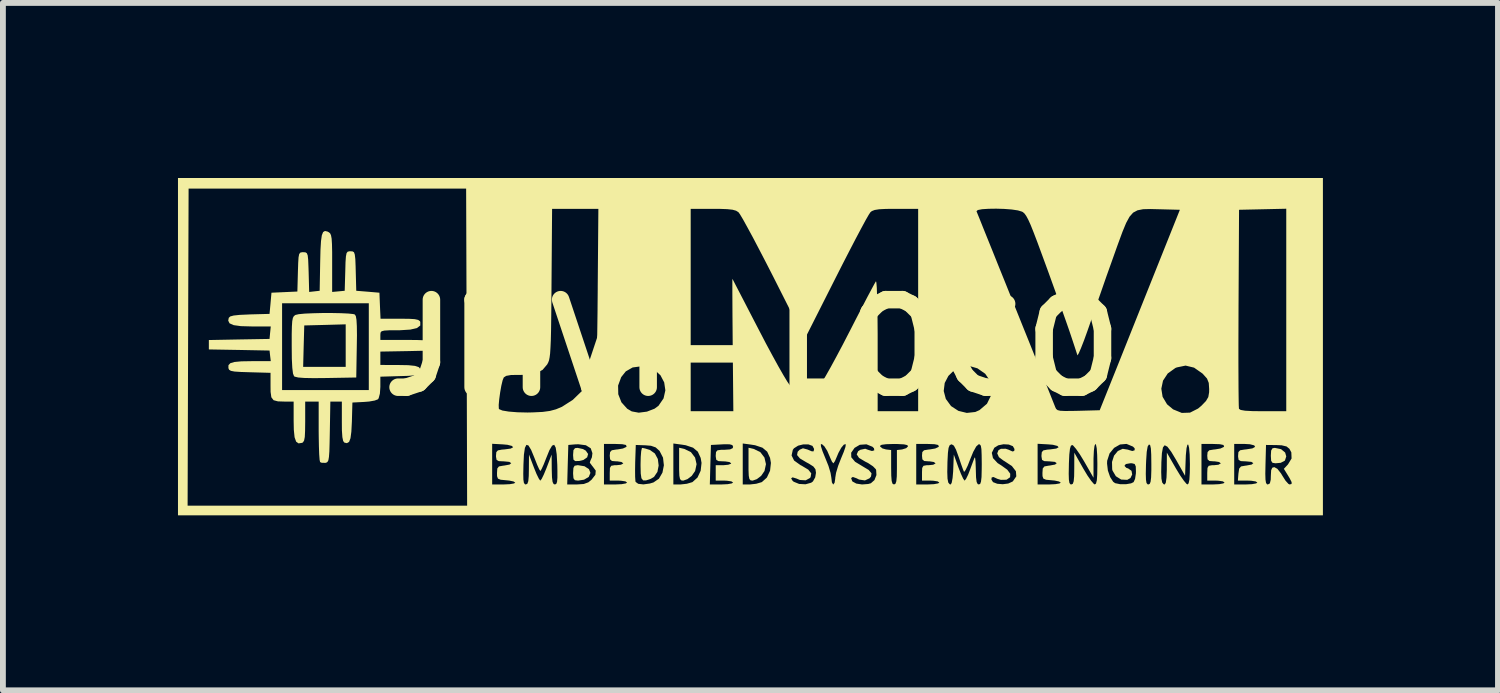
<source format=kicad_pcb>
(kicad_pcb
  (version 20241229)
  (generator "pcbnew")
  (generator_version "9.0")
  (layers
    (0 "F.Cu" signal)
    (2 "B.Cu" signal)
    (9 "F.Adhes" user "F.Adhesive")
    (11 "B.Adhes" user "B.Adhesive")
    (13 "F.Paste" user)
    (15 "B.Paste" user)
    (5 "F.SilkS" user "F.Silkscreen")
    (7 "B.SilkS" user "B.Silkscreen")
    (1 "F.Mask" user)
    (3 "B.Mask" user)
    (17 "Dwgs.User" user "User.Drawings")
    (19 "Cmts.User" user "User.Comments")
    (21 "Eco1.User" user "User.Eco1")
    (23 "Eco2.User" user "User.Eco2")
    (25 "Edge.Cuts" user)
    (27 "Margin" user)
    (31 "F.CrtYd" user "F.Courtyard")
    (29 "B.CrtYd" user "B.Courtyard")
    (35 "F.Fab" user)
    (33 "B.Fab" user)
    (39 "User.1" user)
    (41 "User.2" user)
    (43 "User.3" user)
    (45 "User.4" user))
  (footprint "JMVI-LOGO"
    (layer "F.Cu")
    (at 9.843 2.907)
    (property "Reference" "JMVI-LOGO" (at 0 0 0) (layer "F.SilkS") (effects (font (size 1.5 1.5) (thickness 0.3))))
    (attr board_only exclude_from_pos_files exclude_from_bom)
    (fp_poly (pts (xy -2.907 1.737) (xy -2.855 1.765) (xy -2.815 1.823) (xy -2.831 1.88) (xy -2.895 1.925) (xy -2.968 1.943) (xy -3.037 1.944) (xy -3.066 1.919) (xy -3.072 1.848) (xy -3.072 1.835) (xy -3.066 1.756) (xy -3.039 1.723) (xy -2.996 1.718)) (stroke (width 0) (type solid)) (fill yes) (layer "F.SilkS"))
    (fp_poly (pts (xy 9.06 1.74) (xy 9.13 1.798) (xy 9.149 1.864) (xy 9.126 1.936) (xy 9.054 1.974) (xy 8.965 1.982) (xy 8.913 1.974) (xy 8.89 1.939) (xy 8.885 1.857) (xy 8.885 1.85) (xy 8.89 1.764) (xy 8.913 1.725) (xy 8.953 1.718)) (stroke (width 0) (type solid)) (fill yes) (layer "F.SilkS"))
    (fp_poly (pts (xy -2.876 2.033) (xy -2.8 2.083) (xy -2.775 2.147) (xy -2.804 2.216) (xy -2.884 2.263) (xy -2.987 2.279) (xy -3.042 2.272) (xy -3.066 2.239) (xy -3.072 2.161) (xy -3.072 2.147) (xy -3.067 2.062) (xy -3.046 2.024) (xy -2.996 2.015) (xy -2.987 2.015)) (stroke (width 0) (type solid)) (fill yes) (layer "F.SilkS"))
    (fp_poly (pts (xy -1.164 1.737) (xy -1.053 1.791) (xy -0.982 1.884) (xy -0.956 1.997) (xy -0.981 2.114) (xy -1.039 2.198) (xy -1.113 2.254) (xy -1.184 2.279) (xy -1.188 2.279) (xy -1.22 2.274) (xy -1.24 2.251) (xy -1.251 2.196) (xy -1.255 2.097) (xy -1.255 1.998) (xy -1.255 1.716)) (stroke (width 0) (type solid)) (fill yes) (layer "F.SilkS"))
    (fp_poly (pts (xy 0.025 1.737) (xy 0.136 1.791) (xy 0.207 1.884) (xy 0.233 1.997) (xy 0.208 2.114) (xy 0.15 2.198) (xy 0.076 2.254) (xy 0.005 2.279) (xy 0.002 2.279) (xy -0.031 2.274) (xy -0.051 2.251) (xy -0.062 2.196) (xy -0.066 2.097) (xy -0.066 1.998) (xy -0.066 1.716)) (stroke (width 0) (type solid)) (fill yes) (layer "F.SilkS"))
    (fp_poly (pts (xy -1.839 1.728) (xy -1.761 1.752) (xy -1.756 1.754) (xy -1.671 1.814) (xy -1.62 1.909) (xy -1.606 2.021) (xy -1.627 2.129) (xy -1.685 2.215) (xy -1.74 2.248) (xy -1.821 2.275) (xy -1.872 2.275) (xy -1.901 2.239) (xy -1.913 2.157) (xy -1.916 2.02) (xy -1.916 1.998) (xy -1.913 1.871) (xy -1.905 1.774) (xy -1.893 1.722) (xy -1.888 1.718)) (stroke (width 0) (type solid)) (fill yes) (layer "F.SilkS"))
    (fp_poly (pts (xy -7.051 -0.59) (xy -6.924 -0.584) (xy -6.838 -0.575) (xy -6.812 -0.567) (xy -6.795 -0.539) (xy -6.784 -0.475) (xy -6.778 -0.368) (xy -6.776 -0.209) (xy -6.779 -0.014) (xy -6.788 0.512) (xy -7.3 0.521) (xy -7.518 0.523) (xy -7.677 0.52) (xy -7.782 0.512) (xy -7.841 0.498) (xy -7.854 0.49) (xy -7.872 0.444) (xy -7.884 0.347) (xy -7.885 0.33) (xy -7.698 0.33) (xy -7.334 0.33) (xy -6.969 0.33) (xy -6.969 -0.034) (xy -6.969 -0.399) (xy -7.324 -0.389) (xy -7.679 -0.38) (xy -7.689 -0.025) (xy -7.698 0.33) (xy -7.885 0.33) (xy -7.892 0.193) (xy -7.894 -0.023) (xy -7.894 -0.038) (xy -7.894 -0.229) (xy -7.891 -0.363) (xy -7.885 -0.453) (xy -7.874 -0.509) (xy -7.857 -0.54) (xy -7.832 -0.559) (xy -7.83 -0.56) (xy -7.774 -0.573) (xy -7.669 -0.583) (xy -7.528 -0.589) (xy -7.368 -0.593) (xy -7.204 -0.593)) (stroke (width 0) (type solid)) (fill yes) (layer "F.SilkS"))
    (fp_poly (pts (xy -7.281 -1.989) (xy -7.26 -1.978) (xy -7.237 -1.96) (xy -7.221 -1.927) (xy -7.21 -1.868) (xy -7.204 -1.774) (xy -7.201 -1.634) (xy -7.201 -1.45) (xy -7.201 -0.954) (xy -7.093 -0.964) (xy -6.986 -0.974) (xy -6.976 -1.313) (xy -6.972 -1.465) (xy -6.965 -1.563) (xy -6.954 -1.619) (xy -6.935 -1.644) (xy -6.905 -1.651) (xy -6.887 -1.651) (xy -6.851 -1.649) (xy -6.827 -1.634) (xy -6.813 -1.594) (xy -6.804 -1.517) (xy -6.799 -1.392) (xy -6.797 -1.313) (xy -6.788 -0.974) (xy -6.589 -0.958) (xy -6.391 -0.941) (xy -6.382 -0.718) (xy -6.372 -0.495) (xy -6.042 -0.495) (xy -5.887 -0.494) (xy -5.786 -0.488) (xy -5.727 -0.475) (xy -5.698 -0.454) (xy -5.691 -0.441) (xy -5.691 -0.379) (xy -5.747 -0.336) (xy -5.861 -0.309) (xy -6.036 -0.298) (xy -6.084 -0.297) (xy -6.223 -0.297) (xy -6.308 -0.292) (xy -6.354 -0.28) (xy -6.372 -0.257) (xy -6.375 -0.219) (xy -6.375 -0.215) (xy -6.375 -0.132) (xy -5.904 -0.132) (xy -5.732 -0.13) (xy -5.581 -0.124) (xy -5.466 -0.116) (xy -5.398 -0.106) (xy -5.389 -0.103) (xy -5.357 -0.051) (xy -5.356 -0.013) (xy -5.366 0.011) (xy -5.39 0.029) (xy -5.439 0.04) (xy -5.522 0.048) (xy -5.65 0.054) (xy -5.832 0.058) (xy -5.871 0.059) (xy -6.375 0.068) (xy -6.375 0.183) (xy -6.375 0.297) (xy -6.069 0.298) (xy -5.897 0.301) (xy -5.781 0.313) (xy -5.714 0.336) (xy -5.686 0.373) (xy -5.687 0.417) (xy -5.699 0.445) (xy -5.73 0.464) (xy -5.793 0.476) (xy -5.899 0.484) (xy -6.037 0.488) (xy -6.375 0.498) (xy -6.375 0.674) (xy -6.383 0.789) (xy -6.404 0.867) (xy -6.417 0.886) (xy -6.472 0.907) (xy -6.568 0.924) (xy -6.657 0.931) (xy -6.854 0.941) (xy -6.863 1.27) (xy -6.872 1.441) (xy -6.887 1.553) (xy -6.911 1.616) (xy -6.948 1.637) (xy -6.991 1.628) (xy -7.012 1.601) (xy -7.026 1.534) (xy -7.034 1.418) (xy -7.035 1.268) (xy -7.035 0.925) (xy -7.134 0.925) (xy -7.232 0.925) (xy -7.241 1.445) (xy -7.245 1.641) (xy -7.249 1.781) (xy -7.256 1.874) (xy -7.266 1.931) (xy -7.282 1.96) (xy -7.303 1.972) (xy -7.317 1.975) (xy -7.383 1.973) (xy -7.408 1.961) (xy -7.416 1.922) (xy -7.423 1.828) (xy -7.428 1.692) (xy -7.431 1.527) (xy -7.432 1.431) (xy -7.432 0.925) (xy -7.547 0.925) (xy -7.663 0.925) (xy -7.663 1.268) (xy -7.665 1.427) (xy -7.67 1.531) (xy -7.682 1.593) (xy -7.702 1.624) (xy -7.717 1.632) (xy -7.777 1.641) (xy -7.818 1.612) (xy -7.845 1.536) (xy -7.858 1.407) (xy -7.861 1.251) (xy -7.861 0.925) (xy -8.007 0.925) (xy -8.131 0.921) (xy -8.205 0.901) (xy -8.243 0.851) (xy -8.256 0.758) (xy -8.257 0.658) (xy -8.257 0.432) (xy -8.612 0.422) (xy -8.77 0.417) (xy -8.874 0.41) (xy -8.936 0.398) (xy -8.967 0.379) (xy -8.979 0.351) (xy -8.979 0.351) (xy -8.978 0.301) (xy -8.946 0.267) (xy -8.875 0.246) (xy -8.757 0.235) (xy -8.581 0.232) (xy -8.577 0.232) (xy -8.253 0.231) (xy -8.264 0.14) (xy -8.274 0.05) (xy -8.794 0.04) (xy -9.314 0.031) (xy -9.314 -0.017) (xy -8.059 -0.017) (xy -8.059 0.727) (xy -7.316 0.727) (xy -6.573 0.727) (xy -6.573 -0.017) (xy -6.573 -0.76) (xy -7.316 -0.76) (xy -8.059 -0.76) (xy -8.059 -0.017) (xy -9.314 -0.017) (xy -9.314 -0.05) (xy -9.314 -0.13) (xy -8.794 -0.14) (xy -8.274 -0.149) (xy -8.264 -0.256) (xy -8.253 -0.363) (xy -8.582 -0.363) (xy -8.765 -0.368) (xy -8.888 -0.385) (xy -8.959 -0.416) (xy -8.982 -0.462) (xy -8.973 -0.51) (xy -8.948 -0.534) (xy -8.889 -0.55) (xy -8.786 -0.561) (xy -8.627 -0.568) (xy -8.614 -0.569) (xy -8.274 -0.578) (xy -8.257 -0.76) (xy -8.241 -0.941) (xy -8.019 -0.951) (xy -7.797 -0.961) (xy -7.788 -1.298) (xy -7.783 -1.45) (xy -7.777 -1.547) (xy -7.766 -1.603) (xy -7.747 -1.628) (xy -7.716 -1.635) (xy -7.696 -1.635) (xy -7.659 -1.633) (xy -7.635 -1.618) (xy -7.62 -1.58) (xy -7.612 -1.506) (xy -7.607 -1.383) (xy -7.604 -1.294) (xy -7.595 -0.954) (xy -7.505 -0.964) (xy -7.415 -0.974) (xy -7.406 -1.468) (xy -7.401 -1.677) (xy -7.392 -1.827) (xy -7.378 -1.925) (xy -7.356 -1.98) (xy -7.324 -1.999)) (stroke (width 0) (type solid)) (fill yes) (layer "F.SilkS"))
    (fp_poly (pts (xy 9.777 -0.017) (xy 9.777 2.874) (xy -0.033 2.874) (xy -9.843 2.874) (xy -9.843 2.708) (xy -9.678 2.708) (xy -7.283 2.708) (xy -4.888 2.708) (xy -4.89 1.997) (xy -4.459 1.997) (xy -4.459 2.345) (xy -4.261 2.345) (xy -4.156 2.34) (xy -4.085 2.328) (xy -4.063 2.314) (xy -4.092 2.294) (xy -4.168 2.278) (xy -4.22 2.273) (xy -4.314 2.264) (xy -4.36 2.245) (xy -4.375 2.203) (xy -4.376 2.162) (xy -3.926 2.162) (xy -3.924 2.262) (xy -3.915 2.318) (xy -3.897 2.342) (xy -3.882 2.345) (xy -3.856 2.333) (xy -3.84 2.289) (xy -3.832 2.2) (xy -3.83 2.089) (xy -3.828 1.833) (xy -3.743 2.056) (xy -3.699 2.165) (xy -3.66 2.244) (xy -3.636 2.279) (xy -3.634 2.279) (xy -3.611 2.251) (xy -3.574 2.175) (xy -3.53 2.069) (xy -3.525 2.056) (xy -3.44 1.833) (xy -3.438 2.089) (xy -3.434 2.222) (xy -3.424 2.301) (xy -3.406 2.338) (xy -3.384 2.345) (xy -3.173 2.345) (xy -3.005 2.345) (xy -2.889 2.337) (xy -2.81 2.308) (xy -2.756 2.264) (xy -2.69 2.179) (xy -2.684 2.108) (xy -2.736 2.037) (xy -2.742 2.031) (xy -2.766 1.998) (xy -2.543 1.998) (xy -2.543 2.345) (xy -2.345 2.345) (xy -2.24 2.34) (xy -2.168 2.327) (xy -2.147 2.312) (xy -2.176 2.292) (xy -2.251 2.281) (xy -2.296 2.279) (xy -2.444 2.279) (xy -2.444 2.147) (xy -2.442 2.1) (xy -2.01 2.1) (xy -2.009 2.214) (xy -2.004 2.287) (xy -2.001 2.301) (xy -1.956 2.334) (xy -1.868 2.344) (xy -1.757 2.329) (xy -1.694 2.31) (xy -1.601 2.246) (xy -1.541 2.142) (xy -1.516 2.015) (xy -1.519 1.994) (xy -1.354 1.994) (xy -1.354 2.345) (xy -0.729 2.345) (xy -0.53 2.345) (xy -0.424 2.34) (xy -0.352 2.327) (xy -0.33 2.312) (xy -0.36 2.292) (xy -0.435 2.281) (xy -0.479 2.279) (xy -0.628 2.279) (xy -0.628 2.147) (xy -0.628 2.015) (xy -0.495 2.015) (xy -0.413 2.007) (xy -0.378 1.994) (xy -0.165 1.994) (xy -0.165 2.345) (xy -0.041 2.345) (xy 0.066 2.333) (xy 0.158 2.306) (xy 0.164 2.303) (xy 0.233 2.241) (xy 0.664 2.241) (xy 0.69 2.283) (xy 0.708 2.298) (xy 0.801 2.336) (xy 0.911 2.342) (xy 1.008 2.315) (xy 1.038 2.293) (xy 1.077 2.223) (xy 1.09 2.145) (xy 1.081 2.084) (xy 1.045 2.037) (xy 0.968 1.988) (xy 0.925 1.965) (xy 0.815 1.899) (xy 0.766 1.841) (xy 0.776 1.785) (xy 0.81 1.75) (xy 0.867 1.725) (xy 0.941 1.745) (xy 0.944 1.746) (xy 1.018 1.777) (xy 1.049 1.777) (xy 1.057 1.744) (xy 1.057 1.735) (xy 1.03 1.684) (xy 0.962 1.659) (xy 0.873 1.658) (xy 0.784 1.68) (xy 0.713 1.725) (xy 0.693 1.752) (xy 0.672 1.848) (xy 0.715 1.935) (xy 0.824 2.013) (xy 0.844 2.023) (xy 0.958 2.091) (xy 1.009 2.155) (xy 0.998 2.219) (xy 0.987 2.234) (xy 0.914 2.274) (xy 0.814 2.268) (xy 0.755 2.243) (xy 0.689 2.223) (xy 0.664 2.241) (xy 0.233 2.241) (xy 0.249 2.226) (xy 0.303 2.11) (xy 0.318 1.976) (xy 0.303 1.89) (xy 0.254 1.783) (xy 0.173 1.715) (xy 0.047 1.673) (xy -0.017 1.663) (xy -0.065 1.656) (xy 1.173 1.656) (xy 1.176 1.694) (xy 1.202 1.775) (xy 1.246 1.883) (xy 1.253 1.9) (xy 1.304 2.027) (xy 1.34 2.147) (xy 1.354 2.233) (xy 1.354 2.234) (xy 1.363 2.309) (xy 1.384 2.345) (xy 1.387 2.345) (xy 1.409 2.316) (xy 1.42 2.245) (xy 1.42 2.236) (xy 1.692 2.236) (xy 1.711 2.288) (xy 1.717 2.295) (xy 1.781 2.33) (xy 1.879 2.345) (xy 1.985 2.337) (xy 2.031 2.324) (xy 2.092 2.27) (xy 2.126 2.184) (xy 2.121 2.097) (xy 2.115 2.083) (xy 2.067 2.034) (xy 1.983 1.978) (xy 1.933 1.953) (xy 1.828 1.89) (xy 1.788 1.83) (xy 1.812 1.776) (xy 1.85 1.751) (xy 1.934 1.733) (xy 1.982 1.751) (xy 2.05 1.772) (xy 2.089 1.76) (xy 2.084 1.725) (xy 2.058 1.699) (xy 2.019 1.683) (xy 2.187 1.683) (xy 2.188 1.693) (xy 2.228 1.727) (xy 2.29 1.745) (xy 2.378 1.755) (xy 2.378 2.05) (xy 2.38 2.194) (xy 2.387 2.284) (xy 2.401 2.331) (xy 2.425 2.345) (xy 2.428 2.345) (xy 2.452 2.333) (xy 2.467 2.291) (xy 2.475 2.206) (xy 2.477 2.068) (xy 2.477 2.05) (xy 2.477 1.998) (xy 2.808 1.998) (xy 2.808 2.345) (xy 3.006 2.345) (xy 3.111 2.34) (xy 3.183 2.327) (xy 3.204 2.312) (xy 3.174 2.292) (xy 3.1 2.281) (xy 3.055 2.279) (xy 2.907 2.279) (xy 2.907 2.147) (xy 2.907 2.132) (xy 3.34 2.132) (xy 3.344 2.245) (xy 3.357 2.312) (xy 3.381 2.341) (xy 3.4 2.345) (xy 3.416 2.315) (xy 3.431 2.234) (xy 3.441 2.119) (xy 3.442 2.089) (xy 3.452 1.833) (xy 3.532 2.056) (xy 3.575 2.165) (xy 3.612 2.245) (xy 3.636 2.279) (xy 3.637 2.279) (xy 3.661 2.251) (xy 3.697 2.178) (xy 3.725 2.106) (xy 3.764 2) (xy 3.796 1.915) (xy 3.808 1.883) (xy 3.817 1.889) (xy 3.824 1.949) (xy 3.828 2.052) (xy 3.829 2.089) (xy 3.833 2.223) (xy 3.843 2.302) (xy 3.861 2.338) (xy 3.881 2.345) (xy 3.904 2.335) (xy 3.918 2.296) (xy 3.922 2.26) (xy 4.096 2.26) (xy 4.124 2.305) (xy 4.196 2.333) (xy 4.29 2.341) (xy 4.385 2.329) (xy 4.459 2.295) (xy 4.465 2.29) (xy 4.523 2.206) (xy 4.516 2.118) (xy 4.447 2.029) (xy 4.398 1.997) (xy 4.888 1.997) (xy 4.888 2.345) (xy 5.087 2.345) (xy 5.191 2.34) (xy 5.263 2.328) (xy 5.285 2.314) (xy 5.255 2.294) (xy 5.18 2.278) (xy 5.128 2.273) (xy 5.033 2.264) (xy 4.987 2.245) (xy 4.972 2.203) (xy 4.971 2.162) (xy 5.421 2.162) (xy 5.424 2.262) (xy 5.433 2.318) (xy 5.45 2.342) (xy 5.465 2.345) (xy 5.491 2.334) (xy 5.506 2.291) (xy 5.514 2.206) (xy 5.516 2.073) (xy 5.517 1.8) (xy 5.671 2.073) (xy 5.742 2.191) (xy 5.806 2.283) (xy 5.853 2.337) (xy 5.869 2.345) (xy 5.889 2.329) (xy 5.903 2.274) (xy 5.91 2.171) (xy 5.912 2.011) (xy 5.912 1.998) (xy 5.912 1.986) (xy 6.078 1.986) (xy 6.092 2.106) (xy 6.131 2.218) (xy 6.183 2.299) (xy 6.217 2.323) (xy 6.3 2.34) (xy 6.401 2.341) (xy 6.49 2.326) (xy 6.533 2.305) (xy 6.558 2.25) (xy 6.571 2.164) (xy 6.742 2.164) (xy 6.745 2.263) (xy 6.754 2.319) (xy 6.772 2.342) (xy 6.786 2.345) (xy 6.809 2.335) (xy 6.824 2.299) (xy 6.833 2.224) (xy 6.836 2.132) (xy 7.006 2.132) (xy 7.01 2.245) (xy 7.023 2.311) (xy 7.047 2.341) (xy 7.067 2.345) (xy 7.085 2.314) (xy 7.097 2.227) (xy 7.102 2.093) (xy 7.102 2.073) (xy 7.103 1.8) (xy 7.259 2.072) (xy 7.331 2.19) (xy 7.395 2.282) (xy 7.441 2.336) (xy 7.457 2.345) (xy 7.476 2.325) (xy 7.489 2.262) (xy 7.496 2.146) (xy 7.498 1.998) (xy 7.696 1.998) (xy 7.696 2.345) (xy 7.894 2.345) (xy 8 2.34) (xy 8.071 2.327) (xy 8.092 2.312) (xy 8.063 2.292) (xy 7.988 2.281) (xy 7.944 2.279) (xy 7.795 2.279) (xy 7.795 2.147) (xy 7.799 2.062) (xy 7.82 2.025) (xy 7.877 2.015) (xy 7.911 2.015) (xy 7.987 2.007) (xy 8.002 1.998) (xy 8.257 1.998) (xy 8.257 2.345) (xy 8.456 2.345) (xy 8.561 2.34) (xy 8.633 2.327) (xy 8.654 2.312) (xy 8.624 2.293) (xy 8.548 2.281) (xy 8.487 2.279) (xy 8.32 2.279) (xy 8.329 2.162) (xy 8.79 2.162) (xy 8.793 2.262) (xy 8.802 2.318) (xy 8.819 2.342) (xy 8.834 2.345) (xy 8.868 2.327) (xy 8.883 2.264) (xy 8.885 2.196) (xy 8.89 2.102) (xy 8.909 2.058) (xy 8.944 2.048) (xy 8.997 2.077) (xy 9.059 2.156) (xy 9.083 2.196) (xy 9.137 2.281) (xy 9.186 2.335) (xy 9.206 2.345) (xy 9.24 2.337) (xy 9.241 2.305) (xy 9.207 2.238) (xy 9.178 2.19) (xy 9.108 2.077) (xy 9.178 2.002) (xy 9.24 1.9) (xy 9.236 1.795) (xy 9.203 1.734) (xy 9.154 1.694) (xy 9.071 1.674) (xy 8.98 1.67) (xy 8.802 1.668) (xy 8.793 2.007) (xy 8.79 2.162) (xy 8.329 2.162) (xy 8.33 2.155) (xy 8.342 2.073) (xy 8.374 2.036) (xy 8.447 2.023) (xy 8.464 2.021) (xy 8.556 2.004) (xy 8.585 1.98) (xy 8.552 1.958) (xy 8.458 1.949) (xy 8.456 1.949) (xy 8.371 1.945) (xy 8.333 1.924) (xy 8.324 1.871) (xy 8.324 1.852) (xy 8.329 1.79) (xy 8.359 1.759) (xy 8.431 1.747) (xy 8.461 1.744) (xy 8.569 1.727) (xy 8.615 1.701) (xy 8.6 1.675) (xy 8.526 1.656) (xy 8.442 1.651) (xy 8.257 1.651) (xy 8.257 1.998) (xy 8.002 1.998) (xy 8.025 1.986) (xy 8.026 1.982) (xy 7.997 1.96) (xy 7.926 1.949) (xy 7.911 1.949) (xy 7.833 1.943) (xy 7.801 1.915) (xy 7.795 1.852) (xy 7.801 1.79) (xy 7.83 1.759) (xy 7.902 1.747) (xy 7.933 1.744) (xy 8.021 1.729) (xy 8.077 1.703) (xy 8.084 1.693) (xy 8.072 1.668) (xy 8.009 1.655) (xy 7.897 1.651) (xy 7.696 1.651) (xy 7.696 1.998) (xy 7.498 1.998) (xy 7.494 1.833) (xy 7.484 1.72) (xy 7.47 1.663) (xy 7.455 1.663) (xy 7.44 1.723) (xy 7.428 1.845) (xy 7.425 1.924) (xy 7.415 2.196) (xy 7.266 1.932) (xy 7.178 1.785) (xy 7.112 1.698) (xy 7.066 1.673) (xy 7.036 1.71) (xy 7.018 1.809) (xy 7.009 1.963) (xy 7.006 2.132) (xy 6.836 2.132) (xy 6.837 2.101) (xy 6.837 1.996) (xy 6.835 1.833) (xy 6.829 1.728) (xy 6.817 1.673) (xy 6.798 1.659) (xy 6.796 1.66) (xy 6.774 1.695) (xy 6.758 1.786) (xy 6.748 1.937) (xy 6.745 2.009) (xy 6.742 2.164) (xy 6.571 2.164) (xy 6.572 2.158) (xy 6.573 2.124) (xy 6.57 2.035) (xy 6.551 1.994) (xy 6.505 1.982) (xy 6.474 1.982) (xy 6.4 1.995) (xy 6.376 2.026) (xy 6.408 2.06) (xy 6.441 2.071) (xy 6.497 2.111) (xy 6.509 2.174) (xy 6.479 2.235) (xy 6.424 2.266) (xy 6.32 2.261) (xy 6.229 2.204) (xy 6.172 2.108) (xy 6.166 2.085) (xy 6.163 1.959) (xy 6.198 1.851) (xy 6.263 1.772) (xy 6.346 1.734) (xy 6.439 1.749) (xy 6.444 1.752) (xy 6.511 1.772) (xy 6.551 1.759) (xy 6.551 1.725) (xy 6.522 1.696) (xy 6.412 1.65) (xy 6.3 1.66) (xy 6.199 1.718) (xy 6.121 1.813) (xy 6.08 1.939) (xy 6.078 1.986) (xy 5.912 1.986) (xy 5.909 1.84) (xy 5.901 1.724) (xy 5.888 1.661) (xy 5.879 1.651) (xy 5.863 1.683) (xy 5.852 1.768) (xy 5.846 1.898) (xy 5.846 1.941) (xy 5.846 2.23) (xy 5.685 1.949) (xy 5.612 1.829) (xy 5.546 1.735) (xy 5.497 1.678) (xy 5.479 1.668) (xy 5.457 1.684) (xy 5.442 1.736) (xy 5.431 1.835) (xy 5.424 1.991) (xy 5.424 2.007) (xy 5.421 2.162) (xy 4.971 2.162) (xy 4.971 2.147) (xy 4.976 2.071) (xy 5.005 2.036) (xy 5.076 2.023) (xy 5.095 2.021) (xy 5.187 2.004) (xy 5.216 1.98) (xy 5.183 1.958) (xy 5.089 1.949) (xy 5.087 1.949) (xy 5.002 1.945) (xy 4.964 1.924) (xy 4.955 1.871) (xy 4.954 1.851) (xy 4.96 1.791) (xy 4.987 1.761) (xy 5.053 1.748) (xy 5.104 1.744) (xy 5.207 1.73) (xy 5.248 1.708) (xy 5.228 1.685) (xy 5.15 1.665) (xy 5.07 1.658) (xy 4.888 1.648) (xy 4.888 1.997) (xy 4.398 1.997) (xy 4.315 1.942) (xy 4.302 1.935) (xy 4.225 1.877) (xy 4.196 1.812) (xy 4.218 1.757) (xy 4.26 1.734) (xy 4.341 1.733) (xy 4.39 1.749) (xy 4.458 1.78) (xy 4.487 1.771) (xy 4.492 1.738) (xy 4.464 1.689) (xy 4.394 1.661) (xy 4.304 1.656) (xy 4.214 1.674) (xy 4.146 1.716) (xy 4.103 1.803) (xy 4.123 1.893) (xy 4.203 1.979) (xy 4.269 2.021) (xy 4.368 2.092) (xy 4.419 2.161) (xy 4.417 2.221) (xy 4.36 2.261) (xy 4.349 2.264) (xy 4.258 2.266) (xy 4.2 2.249) (xy 4.131 2.217) (xy 4.101 2.225) (xy 4.096 2.26) (xy 3.922 2.26) (xy 3.927 2.218) (xy 3.93 2.091) (xy 3.931 1.996) (xy 3.929 1.84) (xy 3.925 1.739) (xy 3.915 1.682) (xy 3.898 1.659) (xy 3.877 1.657) (xy 3.836 1.694) (xy 3.785 1.786) (xy 3.733 1.913) (xy 3.69 2.023) (xy 3.653 2.099) (xy 3.63 2.129) (xy 3.626 2.127) (xy 3.608 2.083) (xy 3.576 1.994) (xy 3.538 1.88) (xy 3.535 1.873) (xy 3.49 1.749) (xy 3.453 1.68) (xy 3.418 1.658) (xy 3.407 1.658) (xy 3.38 1.674) (xy 3.362 1.719) (xy 3.351 1.803) (xy 3.344 1.939) (xy 3.343 1.963) (xy 3.34 2.132) (xy 2.907 2.132) (xy 2.91 2.062) (xy 2.932 2.025) (xy 2.988 2.015) (xy 3.022 2.015) (xy 3.099 2.007) (xy 3.137 1.986) (xy 3.138 1.982) (xy 3.109 1.96) (xy 3.037 1.949) (xy 3.022 1.949) (xy 2.945 1.943) (xy 2.913 1.915) (xy 2.907 1.852) (xy 2.912 1.79) (xy 2.942 1.759) (xy 3.014 1.747) (xy 3.044 1.744) (xy 3.133 1.729) (xy 3.189 1.703) (xy 3.196 1.693) (xy 3.183 1.668) (xy 3.121 1.655) (xy 3.008 1.651) (xy 2.808 1.651) (xy 2.808 1.998) (xy 2.477 1.998) (xy 2.477 1.755) (xy 2.566 1.745) (xy 2.636 1.723) (xy 2.667 1.693) (xy 2.656 1.671) (xy 2.599 1.658) (xy 2.487 1.652) (xy 2.428 1.651) (xy 2.293 1.655) (xy 2.216 1.665) (xy 2.187 1.683) (xy 2.019 1.683) (xy 1.955 1.657) (xy 1.841 1.665) (xy 1.751 1.718) (xy 1.693 1.801) (xy 1.695 1.879) (xy 1.76 1.956) (xy 1.887 2.033) (xy 1.994 2.097) (xy 2.042 2.154) (xy 2.033 2.209) (xy 2.008 2.239) (xy 1.929 2.276) (xy 1.829 2.261) (xy 1.785 2.239) (xy 1.721 2.216) (xy 1.692 2.236) (xy 1.42 2.236) (xy 1.42 2.233) (xy 1.434 2.146) (xy 1.47 2.026) (xy 1.52 1.898) (xy 1.52 1.898) (xy 1.566 1.787) (xy 1.595 1.702) (xy 1.601 1.657) (xy 1.6 1.655) (xy 1.568 1.662) (xy 1.523 1.716) (xy 1.475 1.804) (xy 1.446 1.873) (xy 1.415 1.945) (xy 1.39 1.981) (xy 1.387 1.982) (xy 1.364 1.954) (xy 1.333 1.886) (xy 1.328 1.873) (xy 1.283 1.769) (xy 1.234 1.692) (xy 1.192 1.654) (xy 1.173 1.656) (xy -0.065 1.656) (xy -0.165 1.643) (xy -0.165 1.994) (xy -0.378 1.994) (xy -0.367 1.989) (xy -0.363 1.982) (xy -0.393 1.961) (xy -0.466 1.95) (xy -0.495 1.949) (xy -0.58 1.945) (xy -0.618 1.924) (xy -0.627 1.871) (xy -0.628 1.85) (xy -0.623 1.789) (xy -0.598 1.76) (xy -0.535 1.751) (xy -0.479 1.751) (xy -0.382 1.744) (xy -0.337 1.723) (xy -0.33 1.699) (xy -0.343 1.67) (xy -0.389 1.657) (xy -0.483 1.656) (xy -0.52 1.658) (xy -0.71 1.668) (xy -0.72 2.007) (xy -0.729 2.345) (xy -1.354 2.345) (xy -1.23 2.345) (xy -1.123 2.333) (xy -1.031 2.306) (xy -1.025 2.303) (xy -0.94 2.226) (xy -0.886 2.11) (xy -0.871 1.976) (xy -0.886 1.89) (xy -0.935 1.783) (xy -1.016 1.715) (xy -1.142 1.673) (xy -1.206 1.663) (xy -1.354 1.643) (xy -1.354 1.994) (xy -1.519 1.994) (xy -1.531 1.886) (xy -1.589 1.773) (xy -1.594 1.767) (xy -1.657 1.71) (xy -1.737 1.682) (xy -1.833 1.674) (xy -1.998 1.668) (xy -2.008 1.963) (xy -2.01 2.1) (xy -2.442 2.1) (xy -2.441 2.062) (xy -2.419 2.025) (xy -2.363 2.015) (xy -2.329 2.015) (xy -2.252 2.007) (xy -2.214 1.986) (xy -2.213 1.982) (xy -2.242 1.96) (xy -2.313 1.949) (xy -2.329 1.949) (xy -2.406 1.943) (xy -2.438 1.915) (xy -2.444 1.852) (xy -2.438 1.79) (xy -2.409 1.759) (xy -2.337 1.747) (xy -2.306 1.744) (xy -2.218 1.729) (xy -2.162 1.703) (xy -2.155 1.693) (xy -2.167 1.668) (xy -2.23 1.655) (xy -2.342 1.651) (xy -2.543 1.651) (xy -2.543 1.998) (xy -2.766 1.998) (xy -2.786 1.972) (xy -2.775 1.936) (xy -2.75 1.88) (xy -2.741 1.809) (xy -2.77 1.725) (xy -2.853 1.673) (xy -2.983 1.656) (xy -3.037 1.658) (xy -3.154 1.668) (xy -3.164 2.007) (xy -3.173 2.345) (xy -3.384 2.345) (xy -3.361 2.336) (xy -3.347 2.301) (xy -3.341 2.229) (xy -3.341 2.109) (xy -3.343 2.007) (xy -3.353 1.828) (xy -3.37 1.714) (xy -3.396 1.665) (xy -3.432 1.68) (xy -3.478 1.758) (xy -3.532 1.891) (xy -3.575 2) (xy -3.611 2.079) (xy -3.632 2.114) (xy -3.633 2.114) (xy -3.653 2.085) (xy -3.687 2.01) (xy -3.729 1.904) (xy -3.734 1.891) (xy -3.791 1.753) (xy -3.837 1.677) (xy -3.872 1.666) (xy -3.898 1.718) (xy -3.915 1.835) (xy -3.923 2.007) (xy -3.926 2.162) (xy -4.376 2.162) (xy -4.376 2.147) (xy -4.371 2.071) (xy -4.343 2.036) (xy -4.272 2.023) (xy -4.253 2.021) (xy -4.161 2.004) (xy -4.132 1.98) (xy -4.165 1.958) (xy -4.258 1.949) (xy -4.261 1.949) (xy -4.346 1.945) (xy -4.383 1.924) (xy -4.393 1.871) (xy -4.393 1.851) (xy -4.388 1.791) (xy -4.361 1.761) (xy -4.294 1.748) (xy -4.244 1.744) (xy -4.141 1.73) (xy -4.1 1.708) (xy -4.12 1.685) (xy -4.198 1.665) (xy -4.277 1.658) (xy -4.459 1.648) (xy -4.459 1.997) (xy -4.89 1.997) (xy -4.893 0.982) (xy -4.347 0.982) (xy -4.345 1.044) (xy -4.341 1.054) (xy -4.284 1.078) (xy -4.175 1.096) (xy -4.026 1.108) (xy -3.852 1.112) (xy -3.763 1.11) (xy -3.595 1.102) (xy -3.47 1.085) (xy -3.365 1.057) (xy -3.263 1.014) (xy -3.077 0.895) (xy -2.907 0.73) (xy -2.85 0.65) (xy -2.301 0.65) (xy -2.298 0.799) (xy -2.244 0.937) (xy -2.145 1.047) (xy -2.067 1.093) (xy -1.947 1.115) (xy -1.807 1.097) (xy -1.677 1.047) (xy -1.609 0.997) (xy -1.522 0.87) (xy -1.491 0.732) (xy -1.511 0.596) (xy -1.575 0.474) (xy -1.678 0.38) (xy -1.816 0.327) (xy -1.896 0.319) (xy -2.052 0.34) (xy -2.169 0.407) (xy -2.248 0.506) (xy -2.301 0.65) (xy -2.85 0.65) (xy -2.773 0.541) (xy -2.726 0.443) (xy -2.709 0.398) (xy -2.696 0.35) (xy -2.685 0.29) (xy -2.676 0.212) (xy -2.669 0.11) (xy -2.664 -0.024) (xy -2.659 -0.195) (xy -2.656 -0.412) (xy -2.653 -0.644) (xy -1.057 -0.644) (xy -1.057 1.09) (xy -0.692 1.09) (xy -0.326 1.09) (xy -0.337 -0.047) (xy -0.339 -0.313) (xy -0.341 -0.557) (xy -0.342 -0.771) (xy -0.343 -0.947) (xy -0.343 -1.079) (xy -0.343 -1.158) (xy -0.342 -1.178) (xy -0.326 -1.149) (xy -0.284 -1.067) (xy -0.219 -0.942) (xy -0.135 -0.78) (xy -0.036 -0.588) (xy 0.075 -0.374) (xy 0.115 -0.297) (xy 0.232 -0.072) (xy 0.344 0.136) (xy 0.445 0.32) (xy 0.532 0.472) (xy 0.599 0.583) (xy 0.642 0.645) (xy 0.649 0.652) (xy 0.722 0.701) (xy 0.818 0.723) (xy 0.904 0.727) (xy 1.016 0.721) (xy 1.09 0.697) (xy 1.153 0.646) (xy 1.162 0.636) (xy 1.199 0.583) (xy 1.26 0.48) (xy 1.342 0.335) (xy 1.439 0.156) (xy 1.547 -0.047) (xy 1.66 -0.266) (xy 1.668 -0.281) (xy 1.778 -0.496) (xy 1.88 -0.693) (xy 1.969 -0.864) (xy 2.041 -0.999) (xy 2.092 -1.093) (xy 2.117 -1.136) (xy 2.118 -1.138) (xy 2.125 -1.114) (xy 2.132 -1.03) (xy 2.137 -0.894) (xy 2.141 -0.712) (xy 2.145 -0.489) (xy 2.147 -0.234) (xy 2.147 -0.04) (xy 2.147 1.09) (xy 2.494 1.09) (xy 2.841 1.09) (xy 2.841 0.743) (xy 3.279 0.743) (xy 3.315 0.879) (xy 3.405 1.002) (xy 3.531 1.084) (xy 3.675 1.119) (xy 3.82 1.103) (xy 3.892 1.071) (xy 4.02 0.962) (xy 4.089 0.822) (xy 4.102 0.723) (xy 4.075 0.572) (xy 3.99 0.448) (xy 3.857 0.355) (xy 3.716 0.314) (xy 3.579 0.329) (xy 3.457 0.389) (xy 3.359 0.485) (xy 3.296 0.606) (xy 3.279 0.743) (xy 2.841 0.743) (xy 2.841 -0.644) (xy 2.841 -2.338) (xy 3.841 -2.338) (xy 3.841 -2.337) (xy 3.856 -2.299) (xy 3.894 -2.206) (xy 3.951 -2.063) (xy 4.026 -1.877) (xy 4.117 -1.652) (xy 4.22 -1.395) (xy 4.334 -1.113) (xy 4.456 -0.809) (xy 4.509 -0.677) (xy 4.634 -0.366) (xy 4.753 -0.071) (xy 4.862 0.201) (xy 4.96 0.443) (xy 5.043 0.651) (xy 5.11 0.818) (xy 5.158 0.939) (xy 5.185 1.006) (xy 5.189 1.017) (xy 5.205 1.05) (xy 5.23 1.071) (xy 5.276 1.082) (xy 5.357 1.086) (xy 5.483 1.085) (xy 5.585 1.083) (xy 5.952 1.073) (xy 6.1 0.704) (xy 7.008 0.704) (xy 7.03 0.843) (xy 7.106 0.971) (xy 7.21 1.058) (xy 7.359 1.119) (xy 7.5 1.114) (xy 7.638 1.044) (xy 7.695 0.996) (xy 7.773 0.915) (xy 7.813 0.847) (xy 7.827 0.766) (xy 7.828 0.711) (xy 7.821 0.605) (xy 7.791 0.53) (xy 7.723 0.454) (xy 7.712 0.443) (xy 7.569 0.343) (xy 7.424 0.308) (xy 7.274 0.339) (xy 7.249 0.349) (xy 7.118 0.443) (xy 7.037 0.566) (xy 7.008 0.704) (xy 6.1 0.704) (xy 6.285 0.243) (xy 8.329 0.243) (xy 8.33 0.493) (xy 8.331 0.705) (xy 8.333 0.872) (xy 8.335 0.987) (xy 8.338 1.044) (xy 8.339 1.049) (xy 8.368 1.068) (xy 8.443 1.081) (xy 8.571 1.088) (xy 8.752 1.09) (xy 9.149 1.09) (xy 9.149 -0.645) (xy 9.149 -2.38) (xy 8.745 -2.371) (xy 8.34 -2.362) (xy 8.331 -0.677) (xy 8.33 -0.349) (xy 8.329 -0.04) (xy 8.329 0.243) (xy 6.285 0.243) (xy 6.639 -0.644) (xy 7.326 -2.362) (xy 6.983 -2.371) (xy 6.82 -2.375) (xy 6.696 -2.372) (xy 6.6 -2.353) (xy 6.525 -2.313) (xy 6.463 -2.243) (xy 6.405 -2.136) (xy 6.342 -1.984) (xy 6.267 -1.78) (xy 6.242 -1.711) (xy 6.162 -1.486) (xy 6.068 -1.223) (xy 5.971 -0.944) (xy 5.876 -0.674) (xy 5.81 -0.481) (xy 5.743 -0.289) (xy 5.683 -0.123) (xy 5.632 0.007) (xy 5.594 0.095) (xy 5.573 0.131) (xy 5.57 0.13) (xy 5.526 -0.005) (xy 5.481 -0.141) (xy 5.431 -0.29) (xy 5.372 -0.459) (xy 5.301 -0.659) (xy 5.215 -0.898) (xy 5.111 -1.187) (xy 5.068 -1.306) (xy 4.967 -1.581) (xy 4.886 -1.801) (xy 4.821 -1.971) (xy 4.77 -2.099) (xy 4.728 -2.192) (xy 4.694 -2.255) (xy 4.665 -2.296) (xy 4.637 -2.321) (xy 4.621 -2.33) (xy 4.552 -2.351) (xy 4.445 -2.367) (xy 4.315 -2.377) (xy 4.178 -2.381) (xy 4.047 -2.379) (xy 3.937 -2.372) (xy 3.864 -2.358) (xy 3.841 -2.338) (xy 2.841 -2.338) (xy 2.841 -2.378) (xy 2.461 -2.378) (xy 2.29 -2.377) (xy 2.173 -2.371) (xy 2.097 -2.359) (xy 2.048 -2.34) (xy 2.023 -2.32) (xy 1.995 -2.278) (xy 1.941 -2.184) (xy 1.866 -2.045) (xy 1.772 -1.868) (xy 1.664 -1.66) (xy 1.545 -1.429) (xy 1.431 -1.204) (xy 0.897 -0.147) (xy 0.363 -1.205) (xy 0.237 -1.451) (xy 0.118 -1.68) (xy 0.01 -1.886) (xy -0.084 -2.059) (xy -0.159 -2.195) (xy -0.212 -2.284) (xy -0.238 -2.32) (xy -0.279 -2.346) (xy -0.339 -2.363) (xy -0.431 -2.373) (xy -0.568 -2.378) (xy -0.681 -2.378) (xy -1.057 -2.378) (xy -1.057 -0.644) (xy -2.653 -0.644) (xy -2.653 -0.68) (xy -2.65 -1.007) (xy -2.65 -1.049) (xy -2.639 -2.378) (xy -3.035 -2.378) (xy -3.432 -2.378) (xy -3.442 -1.098) (xy -3.444 -0.772) (xy -3.447 -0.505) (xy -3.45 -0.292) (xy -3.454 -0.124) (xy -3.46 0.005) (xy -3.466 0.1) (xy -3.475 0.169) (xy -3.485 0.219) (xy -3.499 0.256) (xy -3.515 0.286) (xy -3.516 0.288) (xy -3.595 0.381) (xy -3.703 0.439) (xy -3.853 0.466) (xy -3.997 0.468) (xy -4.134 0.469) (xy -4.218 0.484) (xy -4.26 0.511) (xy -4.28 0.561) (xy -4.302 0.653) (xy -4.322 0.767) (xy -4.338 0.883) (xy -4.347 0.982) (xy -4.893 0.982) (xy -4.896 -0.008) (xy -4.905 -2.725) (xy -7.283 -2.725) (xy -9.661 -2.725) (xy -9.67 -0.008) (xy -9.678 2.708) (xy -9.843 2.708) (xy -9.843 -0.017) (xy -9.843 -2.907) (xy -0.033 -2.907) (xy 9.777 -2.907)) (stroke (width 0) (type solid)) (fill yes) (layer "F.SilkS")))
  (gr_rect
    (start -3 -3)
    (end 22.62 8.78)
    (stroke (width 0.1) (type default))
    (fill no)
    (layer "Edge.Cuts")))
</source>
